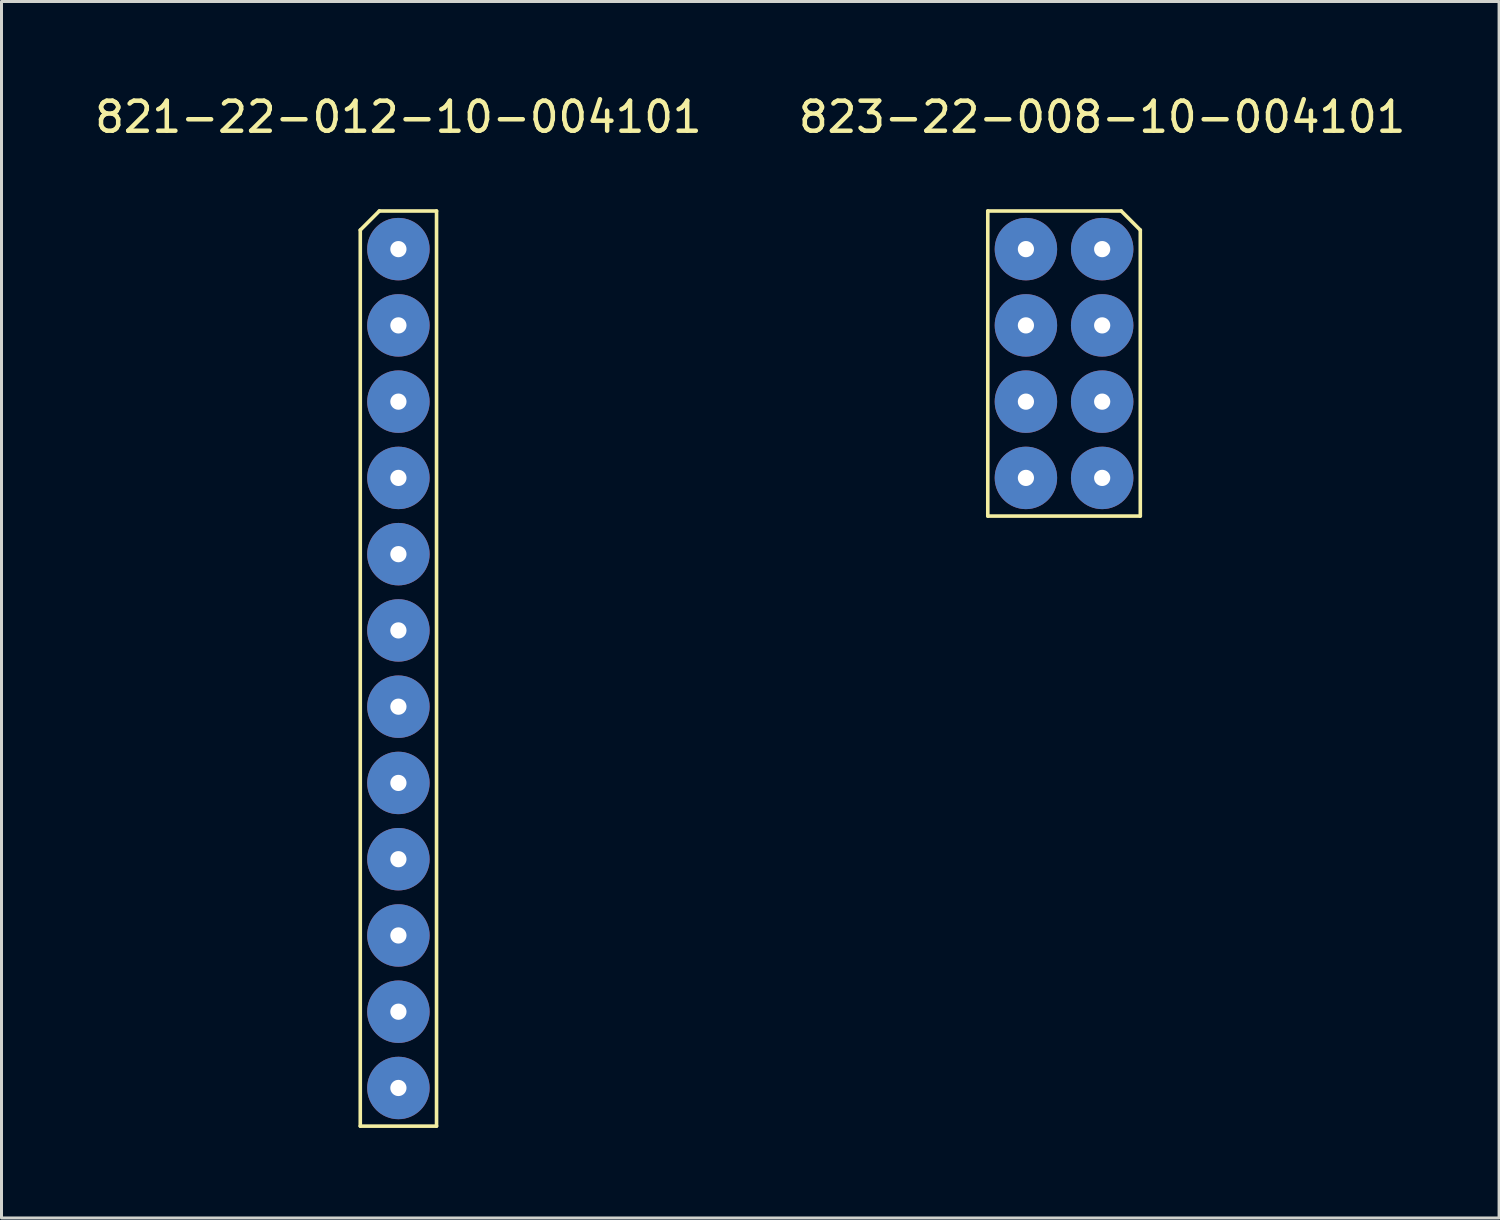
<source format=kicad_pcb>
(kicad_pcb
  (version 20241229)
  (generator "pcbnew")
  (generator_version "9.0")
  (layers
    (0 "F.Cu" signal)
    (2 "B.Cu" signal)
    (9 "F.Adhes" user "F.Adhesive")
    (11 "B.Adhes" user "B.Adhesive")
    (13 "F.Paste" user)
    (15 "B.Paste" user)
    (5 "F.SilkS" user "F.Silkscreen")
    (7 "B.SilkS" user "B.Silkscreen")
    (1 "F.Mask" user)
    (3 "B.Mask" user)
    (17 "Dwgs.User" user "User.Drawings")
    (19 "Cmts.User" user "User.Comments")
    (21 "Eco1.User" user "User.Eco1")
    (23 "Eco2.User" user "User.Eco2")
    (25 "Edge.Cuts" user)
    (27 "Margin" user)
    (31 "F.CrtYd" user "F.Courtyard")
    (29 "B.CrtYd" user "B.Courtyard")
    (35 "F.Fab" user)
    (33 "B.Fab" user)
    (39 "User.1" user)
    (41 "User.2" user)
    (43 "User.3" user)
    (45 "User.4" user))
  (footprint "821-22-012-10-004101"
    (layer "F.Cu")
    (at 10.22 5.248)
    (property "Reference" "821-22-012-10-004101" (at 0 -4.4 0) (unlocked yes) (layer "F.SilkS") (effects (font (size 1 1) (thickness 0.15))))
    (attr through_hole)
    (fp_line (start -1.27 -0.635) (end -1.27 29.21) (stroke (width 0.12) (type solid)) (layer "F.SilkS"))
    (fp_line (start -1.27 -0.635) (end -0.635 -1.27) (stroke (width 0.12) (type solid)) (layer "F.SilkS"))
    (fp_line (start -1.27 29.21) (end 1.27 29.21) (stroke (width 0.12) (type solid)) (layer "F.SilkS"))
    (fp_line (start 1.27 -1.27) (end -0.635 -1.27) (stroke (width 0.12) (type solid)) (layer "F.SilkS"))
    (fp_line (start 1.27 29.21) (end 1.27 -1.27) (stroke (width 0.12) (type solid)) (layer "F.SilkS"))
    (pad "1" thru_hole circle (at 0 0) (size 2.08 2.08) (drill 0.54) (layers "*.Cu" "*.Mask"))
    (pad "2" thru_hole circle (at 0 2.54) (size 2.08 2.08) (drill 0.54) (layers "*.Cu" "*.Mask"))
    (pad "3" thru_hole circle (at 0 5.08) (size 2.08 2.08) (drill 0.54) (layers "*.Cu" "*.Mask"))
    (pad "4" thru_hole circle (at 0 7.62) (size 2.08 2.08) (drill 0.54) (layers "*.Cu" "*.Mask"))
    (pad "5" thru_hole circle (at 0 10.16) (size 2.08 2.08) (drill 0.54) (layers "*.Cu" "*.Mask"))
    (pad "6" thru_hole circle (at 0 12.7) (size 2.08 2.08) (drill 0.54) (layers "*.Cu" "*.Mask"))
    (pad "7" thru_hole circle (at 0 15.24) (size 2.08 2.08) (drill 0.54) (layers "*.Cu" "*.Mask"))
    (pad "8" thru_hole circle (at 0 17.78) (size 2.08 2.08) (drill 0.54) (layers "*.Cu" "*.Mask"))
    (pad "9" thru_hole circle (at 0 20.32) (size 2.08 2.08) (drill 0.54) (layers "*.Cu" "*.Mask"))
    (pad "10" thru_hole circle (at 0 22.86) (size 2.08 2.08) (drill 0.54) (layers "*.Cu" "*.Mask"))
    (pad "11" thru_hole circle (at 0 25.4) (size 2.08 2.08) (drill 0.54) (layers "*.Cu" "*.Mask"))
    (pad "12" thru_hole circle (at 0 27.94) (size 2.08 2.08) (drill 0.54) (layers "*.Cu" "*.Mask")))
  (footprint "823-22-008-10-004101"
    (layer "F.Cu")
    (at 33.661 5.248)
    (property "Reference" "823-22-008-10-004101" (at 0 -4.4 0) (unlocked yes) (layer "F.SilkS") (effects (font (size 1 1) (thickness 0.15))))
    (attr through_hole)
    (fp_line (start -3.81 -1.27) (end 0.635 -1.27) (stroke (width 0.12) (type solid)) (layer "F.SilkS"))
    (fp_line (start -3.81 8.89) (end -3.81 -1.27) (stroke (width 0.12) (type solid)) (layer "F.SilkS"))
    (fp_line (start -3.81 8.89) (end 1.27 8.89) (stroke (width 0.12) (type solid)) (layer "F.SilkS"))
    (fp_line (start 1.27 -0.635) (end 0.635 -1.27) (stroke (width 0.12) (type solid)) (layer "F.SilkS"))
    (fp_line (start 1.27 -0.635) (end 1.27 8.89) (stroke (width 0.12) (type solid)) (layer "F.SilkS"))
    (pad "1" thru_hole circle (at 0 0) (size 2.08 2.08) (drill 0.54) (layers "*.Cu" "*.Mask"))
    (pad "2" thru_hole circle (at -2.54 0) (size 2.08 2.08) (drill 0.54) (layers "*.Cu" "*.Mask"))
    (pad "3" thru_hole circle (at 0 2.54) (size 2.08 2.08) (drill 0.54) (layers "*.Cu" "*.Mask"))
    (pad "4" thru_hole circle (at -2.54 2.54) (size 2.08 2.08) (drill 0.54) (layers "*.Cu" "*.Mask"))
    (pad "5" thru_hole circle (at 0 5.08) (size 2.08 2.08) (drill 0.54) (layers "*.Cu" "*.Mask"))
    (pad "6" thru_hole circle (at -2.54 5.08) (size 2.08 2.08) (drill 0.54) (layers "*.Cu" "*.Mask"))
    (pad "7" thru_hole circle (at 0 7.62) (size 2.08 2.08) (drill 0.54) (layers "*.Cu" "*.Mask"))
    (pad "8" thru_hole circle (at -2.54 7.62) (size 2.08 2.08) (drill 0.54) (layers "*.Cu" "*.Mask")))
  (gr_rect
    (start -3 -3)
    (end 46.881 37.518)
    (stroke (width 0.1) (type default))
    (fill no)
    (layer "Edge.Cuts")))
</source>
